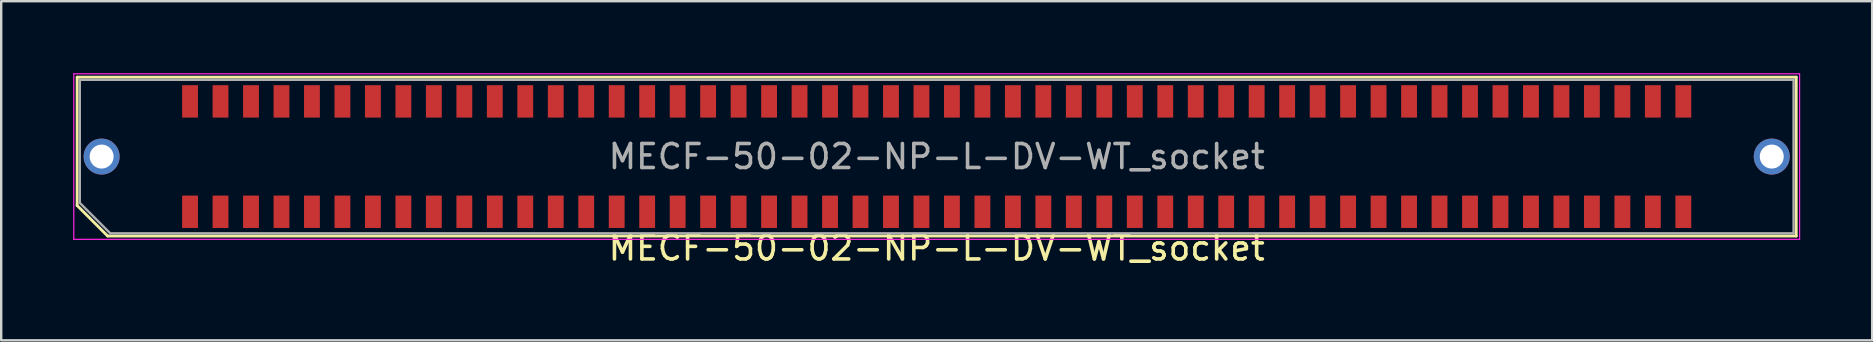
<source format=kicad_pcb>
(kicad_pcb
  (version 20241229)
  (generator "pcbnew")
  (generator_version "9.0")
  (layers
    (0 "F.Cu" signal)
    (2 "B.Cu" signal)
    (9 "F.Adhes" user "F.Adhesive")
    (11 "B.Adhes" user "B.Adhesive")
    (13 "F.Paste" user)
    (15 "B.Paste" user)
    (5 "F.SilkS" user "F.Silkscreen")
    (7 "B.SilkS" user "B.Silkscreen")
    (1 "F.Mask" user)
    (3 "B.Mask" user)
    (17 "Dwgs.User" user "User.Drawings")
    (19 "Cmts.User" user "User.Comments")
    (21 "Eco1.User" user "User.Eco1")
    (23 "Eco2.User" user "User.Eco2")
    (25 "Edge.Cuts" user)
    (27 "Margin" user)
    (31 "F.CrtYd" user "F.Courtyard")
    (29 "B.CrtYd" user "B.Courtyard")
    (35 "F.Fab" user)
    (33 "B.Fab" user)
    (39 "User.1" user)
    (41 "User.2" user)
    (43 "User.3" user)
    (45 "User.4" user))
  (footprint "MECF-50-02-NP-L-DV-WT_socket"
    (layer "F.Cu")
    (at 35.985 3.475)
    (property "Reference" "MECF-50-02-NP-L-DV-WT_socket" (at 0 3.81 0) (layer "F.SilkS") (effects (font (size 1 1) (thickness 0.15))))
    (attr smd)
    (fp_line (start -35.82 -3.31) (end 35.82 -3.31) (stroke (width 0.12) (type solid)) (layer "F.SilkS"))
    (fp_line (start -35.82 2.04) (end -35.82 -3.31) (stroke (width 0.12) (type solid)) (layer "F.SilkS"))
    (fp_line (start -34.55 3.31) (end -35.82 2.04) (stroke (width 0.12) (type solid)) (layer "F.SilkS"))
    (fp_line (start -34.55 3.31) (end 35.82 3.31) (stroke (width 0.12) (type solid)) (layer "F.SilkS"))
    (fp_line (start 35.82 3.31) (end 35.82 -3.31) (stroke (width 0.12) (type solid)) (layer "F.SilkS"))
    (fp_line (start -35.96 -3.45) (end -35.96 3.45) (stroke (width 0.05) (type solid)) (layer "F.CrtYd"))
    (fp_line (start -35.96 3.45) (end 35.96 3.45) (stroke (width 0.05) (type solid)) (layer "F.CrtYd"))
    (fp_line (start 35.96 -3.45) (end -35.96 -3.45) (stroke (width 0.05) (type solid)) (layer "F.CrtYd"))
    (fp_line (start 35.96 3.45) (end 35.96 -3.45) (stroke (width 0.05) (type solid)) (layer "F.CrtYd"))
    (fp_line (start -35.71 -3.2) (end 35.71 -3.2) (stroke (width 0.1) (type solid)) (layer "F.Fab"))
    (fp_line (start -35.71 1.93) (end -35.71 -3.2) (stroke (width 0.1) (type solid)) (layer "F.Fab"))
    (fp_line (start -35.71 1.93) (end -34.44 3.2) (stroke (width 0.1) (type solid)) (layer "F.Fab"))
    (fp_line (start -34.44 3.2) (end 35.71 3.2) (stroke (width 0.1) (type solid)) (layer "F.Fab"))
    (fp_line (start 35.71 3.2) (end 35.71 -3.2) (stroke (width 0.1) (type solid)) (layer "F.Fab"))
    (fp_text user "${REFERENCE}" (at 0 0 0) (layer "F.Fab") (effects (font (size 1 1) (thickness 0.15))))
    (pad "" thru_hole circle (at -34.8 0) (size 1.5 1.5) (drill 1) (layers "*.Cu" "*.Mask"))
    (pad "" np_thru_hole circle (at -32.895 0) (size 0.001 0.001) (drill 1.45) (layers "*.Cu" "*.Mask"))
    (pad "" np_thru_hole circle (at 32.895 1) (size 0.001 0.001) (drill 1.45) (layers "*.Cu" "*.Mask"))
    (pad "" thru_hole circle (at 34.8 0) (size 1.5 1.5) (drill 1) (layers "*.Cu" "*.Mask"))
    (pad "1" smd rect (at -31.115 2.3) (size 0.66 1.35) (layers "F.Cu" "F.Mask" "F.Paste"))
    (pad "2" smd rect (at -31.115 -2.3) (size 0.66 1.35) (layers "F.Cu" "F.Mask" "F.Paste"))
    (pad "3" smd rect (at -29.845 2.3) (size 0.66 1.35) (layers "F.Cu" "F.Mask" "F.Paste"))
    (pad "4" smd rect (at -29.845 -2.3) (size 0.66 1.35) (layers "F.Cu" "F.Mask" "F.Paste"))
    (pad "5" smd rect (at -28.575 2.3) (size 0.66 1.35) (layers "F.Cu" "F.Mask" "F.Paste"))
    (pad "6" smd rect (at -28.575 -2.3) (size 0.66 1.35) (layers "F.Cu" "F.Mask" "F.Paste"))
    (pad "7" smd rect (at -27.305 2.3) (size 0.66 1.35) (layers "F.Cu" "F.Mask" "F.Paste"))
    (pad "8" smd rect (at -27.305 -2.3) (size 0.66 1.35) (layers "F.Cu" "F.Mask" "F.Paste"))
    (pad "9" smd rect (at -26.035 2.3) (size 0.66 1.35) (layers "F.Cu" "F.Mask" "F.Paste"))
    (pad "10" smd rect (at -26.035 -2.3) (size 0.66 1.35) (layers "F.Cu" "F.Mask" "F.Paste"))
    (pad "11" smd rect (at -24.765 2.3) (size 0.66 1.35) (layers "F.Cu" "F.Mask" "F.Paste"))
    (pad "12" smd rect (at -24.765 -2.3) (size 0.66 1.35) (layers "F.Cu" "F.Mask" "F.Paste"))
    (pad "13" smd rect (at -23.495 2.3) (size 0.66 1.35) (layers "F.Cu" "F.Mask" "F.Paste"))
    (pad "14" smd rect (at -23.495 -2.3) (size 0.66 1.35) (layers "F.Cu" "F.Mask" "F.Paste"))
    (pad "15" smd rect (at -22.225 2.3) (size 0.66 1.35) (layers "F.Cu" "F.Mask" "F.Paste"))
    (pad "16" smd rect (at -22.225 -2.3) (size 0.66 1.35) (layers "F.Cu" "F.Mask" "F.Paste"))
    (pad "17" smd rect (at -20.955 2.3) (size 0.66 1.35) (layers "F.Cu" "F.Mask" "F.Paste"))
    (pad "18" smd rect (at -20.955 -2.3) (size 0.66 1.35) (layers "F.Cu" "F.Mask" "F.Paste"))
    (pad "19" smd rect (at -19.685 2.3) (size 0.66 1.35) (layers "F.Cu" "F.Mask" "F.Paste"))
    (pad "20" smd rect (at -19.685 -2.3) (size 0.66 1.35) (layers "F.Cu" "F.Mask" "F.Paste"))
    (pad "21" smd rect (at -18.415 2.3) (size 0.66 1.35) (layers "F.Cu" "F.Mask" "F.Paste"))
    (pad "22" smd rect (at -18.415 -2.3) (size 0.66 1.35) (layers "F.Cu" "F.Mask" "F.Paste"))
    (pad "23" smd rect (at -17.145 2.3) (size 0.66 1.35) (layers "F.Cu" "F.Mask" "F.Paste"))
    (pad "24" smd rect (at -17.145 -2.3) (size 0.66 1.35) (layers "F.Cu" "F.Mask" "F.Paste"))
    (pad "25" smd rect (at -15.875 2.3) (size 0.66 1.35) (layers "F.Cu" "F.Mask" "F.Paste"))
    (pad "26" smd rect (at -15.875 -2.3) (size 0.66 1.35) (layers "F.Cu" "F.Mask" "F.Paste"))
    (pad "27" smd rect (at -14.605 2.3) (size 0.66 1.35) (layers "F.Cu" "F.Mask" "F.Paste"))
    (pad "28" smd rect (at -14.605 -2.3) (size 0.66 1.35) (layers "F.Cu" "F.Mask" "F.Paste"))
    (pad "29" smd rect (at -13.335 2.3) (size 0.66 1.35) (layers "F.Cu" "F.Mask" "F.Paste"))
    (pad "30" smd rect (at -13.335 -2.3) (size 0.66 1.35) (layers "F.Cu" "F.Mask" "F.Paste"))
    (pad "31" smd rect (at -12.065 2.3) (size 0.66 1.35) (layers "F.Cu" "F.Mask" "F.Paste"))
    (pad "32" smd rect (at -12.065 -2.3) (size 0.66 1.35) (layers "F.Cu" "F.Mask" "F.Paste"))
    (pad "33" smd rect (at -10.795 2.3) (size 0.66 1.35) (layers "F.Cu" "F.Mask" "F.Paste"))
    (pad "34" smd rect (at -10.795 -2.3) (size 0.66 1.35) (layers "F.Cu" "F.Mask" "F.Paste"))
    (pad "35" smd rect (at -9.525 2.3) (size 0.66 1.35) (layers "F.Cu" "F.Mask" "F.Paste"))
    (pad "36" smd rect (at -9.525 -2.3) (size 0.66 1.35) (layers "F.Cu" "F.Mask" "F.Paste"))
    (pad "37" smd rect (at -8.255 2.3) (size 0.66 1.35) (layers "F.Cu" "F.Mask" "F.Paste"))
    (pad "38" smd rect (at -8.255 -2.3) (size 0.66 1.35) (layers "F.Cu" "F.Mask" "F.Paste"))
    (pad "39" smd rect (at -6.985 2.3) (size 0.66 1.35) (layers "F.Cu" "F.Mask" "F.Paste"))
    (pad "40" smd rect (at -6.985 -2.3) (size 0.66 1.35) (layers "F.Cu" "F.Mask" "F.Paste"))
    (pad "41" smd rect (at -5.715 2.3) (size 0.66 1.35) (layers "F.Cu" "F.Mask" "F.Paste"))
    (pad "42" smd rect (at -5.715 -2.3) (size 0.66 1.35) (layers "F.Cu" "F.Mask" "F.Paste"))
    (pad "43" smd rect (at -4.445 2.3) (size 0.66 1.35) (layers "F.Cu" "F.Mask" "F.Paste"))
    (pad "44" smd rect (at -4.445 -2.3) (size 0.66 1.35) (layers "F.Cu" "F.Mask" "F.Paste"))
    (pad "45" smd rect (at -3.175 2.3) (size 0.66 1.35) (layers "F.Cu" "F.Mask" "F.Paste"))
    (pad "46" smd rect (at -3.175 -2.3) (size 0.66 1.35) (layers "F.Cu" "F.Mask" "F.Paste"))
    (pad "47" smd rect (at -1.905 2.3) (size 0.66 1.35) (layers "F.Cu" "F.Mask" "F.Paste"))
    (pad "48" smd rect (at -1.905 -2.3) (size 0.66 1.35) (layers "F.Cu" "F.Mask" "F.Paste"))
    (pad "49" smd rect (at -0.635 2.3) (size 0.66 1.35) (layers "F.Cu" "F.Mask" "F.Paste"))
    (pad "50" smd rect (at -0.635 -2.3) (size 0.66 1.35) (layers "F.Cu" "F.Mask" "F.Paste"))
    (pad "51" smd rect (at 0.635 2.3) (size 0.66 1.35) (layers "F.Cu" "F.Mask" "F.Paste"))
    (pad "52" smd rect (at 0.635 -2.3) (size 0.66 1.35) (layers "F.Cu" "F.Mask" "F.Paste"))
    (pad "53" smd rect (at 1.905 2.3) (size 0.66 1.35) (layers "F.Cu" "F.Mask" "F.Paste"))
    (pad "54" smd rect (at 1.905 -2.3) (size 0.66 1.35) (layers "F.Cu" "F.Mask" "F.Paste"))
    (pad "55" smd rect (at 3.175 2.3) (size 0.66 1.35) (layers "F.Cu" "F.Mask" "F.Paste"))
    (pad "56" smd rect (at 3.175 -2.3) (size 0.66 1.35) (layers "F.Cu" "F.Mask" "F.Paste"))
    (pad "57" smd rect (at 4.445 2.3) (size 0.66 1.35) (layers "F.Cu" "F.Mask" "F.Paste"))
    (pad "58" smd rect (at 4.445 -2.3) (size 0.66 1.35) (layers "F.Cu" "F.Mask" "F.Paste"))
    (pad "59" smd rect (at 5.715 2.3) (size 0.66 1.35) (layers "F.Cu" "F.Mask" "F.Paste"))
    (pad "60" smd rect (at 5.715 -2.3) (size 0.66 1.35) (layers "F.Cu" "F.Mask" "F.Paste"))
    (pad "61" smd rect (at 6.985 2.3) (size 0.66 1.35) (layers "F.Cu" "F.Mask" "F.Paste"))
    (pad "62" smd rect (at 6.985 -2.3) (size 0.66 1.35) (layers "F.Cu" "F.Mask" "F.Paste"))
    (pad "63" smd rect (at 8.255 2.3) (size 0.66 1.35) (layers "F.Cu" "F.Mask" "F.Paste"))
    (pad "64" smd rect (at 8.255 -2.3) (size 0.66 1.35) (layers "F.Cu" "F.Mask" "F.Paste"))
    (pad "65" smd rect (at 9.525 2.3) (size 0.66 1.35) (layers "F.Cu" "F.Mask" "F.Paste"))
    (pad "66" smd rect (at 9.525 -2.3) (size 0.66 1.35) (layers "F.Cu" "F.Mask" "F.Paste"))
    (pad "67" smd rect (at 10.795 2.3) (size 0.66 1.35) (layers "F.Cu" "F.Mask" "F.Paste"))
    (pad "68" smd rect (at 10.795 -2.3) (size 0.66 1.35) (layers "F.Cu" "F.Mask" "F.Paste"))
    (pad "69" smd rect (at 12.065 2.3) (size 0.66 1.35) (layers "F.Cu" "F.Mask" "F.Paste"))
    (pad "70" smd rect (at 12.065 -2.3) (size 0.66 1.35) (layers "F.Cu" "F.Mask" "F.Paste"))
    (pad "71" smd rect (at 13.335 2.3) (size 0.66 1.35) (layers "F.Cu" "F.Mask" "F.Paste"))
    (pad "72" smd rect (at 13.335 -2.3) (size 0.66 1.35) (layers "F.Cu" "F.Mask" "F.Paste"))
    (pad "73" smd rect (at 14.605 2.3) (size 0.66 1.35) (layers "F.Cu" "F.Mask" "F.Paste"))
    (pad "74" smd rect (at 14.605 -2.3) (size 0.66 1.35) (layers "F.Cu" "F.Mask" "F.Paste"))
    (pad "75" smd rect (at 15.875 2.3) (size 0.66 1.35) (layers "F.Cu" "F.Mask" "F.Paste"))
    (pad "76" smd rect (at 15.875 -2.3) (size 0.66 1.35) (layers "F.Cu" "F.Mask" "F.Paste"))
    (pad "77" smd rect (at 17.145 2.3) (size 0.66 1.35) (layers "F.Cu" "F.Mask" "F.Paste"))
    (pad "78" smd rect (at 17.145 -2.3) (size 0.66 1.35) (layers "F.Cu" "F.Mask" "F.Paste"))
    (pad "79" smd rect (at 18.415 2.3) (size 0.66 1.35) (layers "F.Cu" "F.Mask" "F.Paste"))
    (pad "80" smd rect (at 18.415 -2.3) (size 0.66 1.35) (layers "F.Cu" "F.Mask" "F.Paste"))
    (pad "81" smd rect (at 19.685 2.3) (size 0.66 1.35) (layers "F.Cu" "F.Mask" "F.Paste"))
    (pad "82" smd rect (at 19.685 -2.3) (size 0.66 1.35) (layers "F.Cu" "F.Mask" "F.Paste"))
    (pad "83" smd rect (at 20.955 2.3) (size 0.66 1.35) (layers "F.Cu" "F.Mask" "F.Paste"))
    (pad "84" smd rect (at 20.955 -2.3) (size 0.66 1.35) (layers "F.Cu" "F.Mask" "F.Paste"))
    (pad "85" smd rect (at 22.225 2.3) (size 0.66 1.35) (layers "F.Cu" "F.Mask" "F.Paste"))
    (pad "86" smd rect (at 22.225 -2.3) (size 0.66 1.35) (layers "F.Cu" "F.Mask" "F.Paste"))
    (pad "87" smd rect (at 23.495 2.3) (size 0.66 1.35) (layers "F.Cu" "F.Mask" "F.Paste"))
    (pad "88" smd rect (at 23.495 -2.3) (size 0.66 1.35) (layers "F.Cu" "F.Mask" "F.Paste"))
    (pad "89" smd rect (at 24.765 2.3) (size 0.66 1.35) (layers "F.Cu" "F.Mask" "F.Paste"))
    (pad "90" smd rect (at 24.765 -2.3) (size 0.66 1.35) (layers "F.Cu" "F.Mask" "F.Paste"))
    (pad "91" smd rect (at 26.035 2.3) (size 0.66 1.35) (layers "F.Cu" "F.Mask" "F.Paste"))
    (pad "92" smd rect (at 26.035 -2.3) (size 0.66 1.35) (layers "F.Cu" "F.Mask" "F.Paste"))
    (pad "93" smd rect (at 27.305 2.3) (size 0.66 1.35) (layers "F.Cu" "F.Mask" "F.Paste"))
    (pad "94" smd rect (at 27.305 -2.3) (size 0.66 1.35) (layers "F.Cu" "F.Mask" "F.Paste"))
    (pad "95" smd rect (at 28.575 2.3) (size 0.66 1.35) (layers "F.Cu" "F.Mask" "F.Paste"))
    (pad "96" smd rect (at 28.575 -2.3) (size 0.66 1.35) (layers "F.Cu" "F.Mask" "F.Paste"))
    (pad "97" smd rect (at 29.845 2.3) (size 0.66 1.35) (layers "F.Cu" "F.Mask" "F.Paste"))
    (pad "98" smd rect (at 29.845 -2.3) (size 0.66 1.35) (layers "F.Cu" "F.Mask" "F.Paste"))
    (pad "99" smd rect (at 31.115 2.3) (size 0.66 1.35) (layers "F.Cu" "F.Mask" "F.Paste"))
    (pad "100" smd rect (at 31.115 -2.3) (size 0.66 1.35) (layers "F.Cu" "F.Mask" "F.Paste")))
  (gr_rect
    (start -3 -3)
    (end 74.97 11.133)
    (stroke (width 0.1) (type default))
    (fill no)
    (layer "Edge.Cuts")))
</source>
